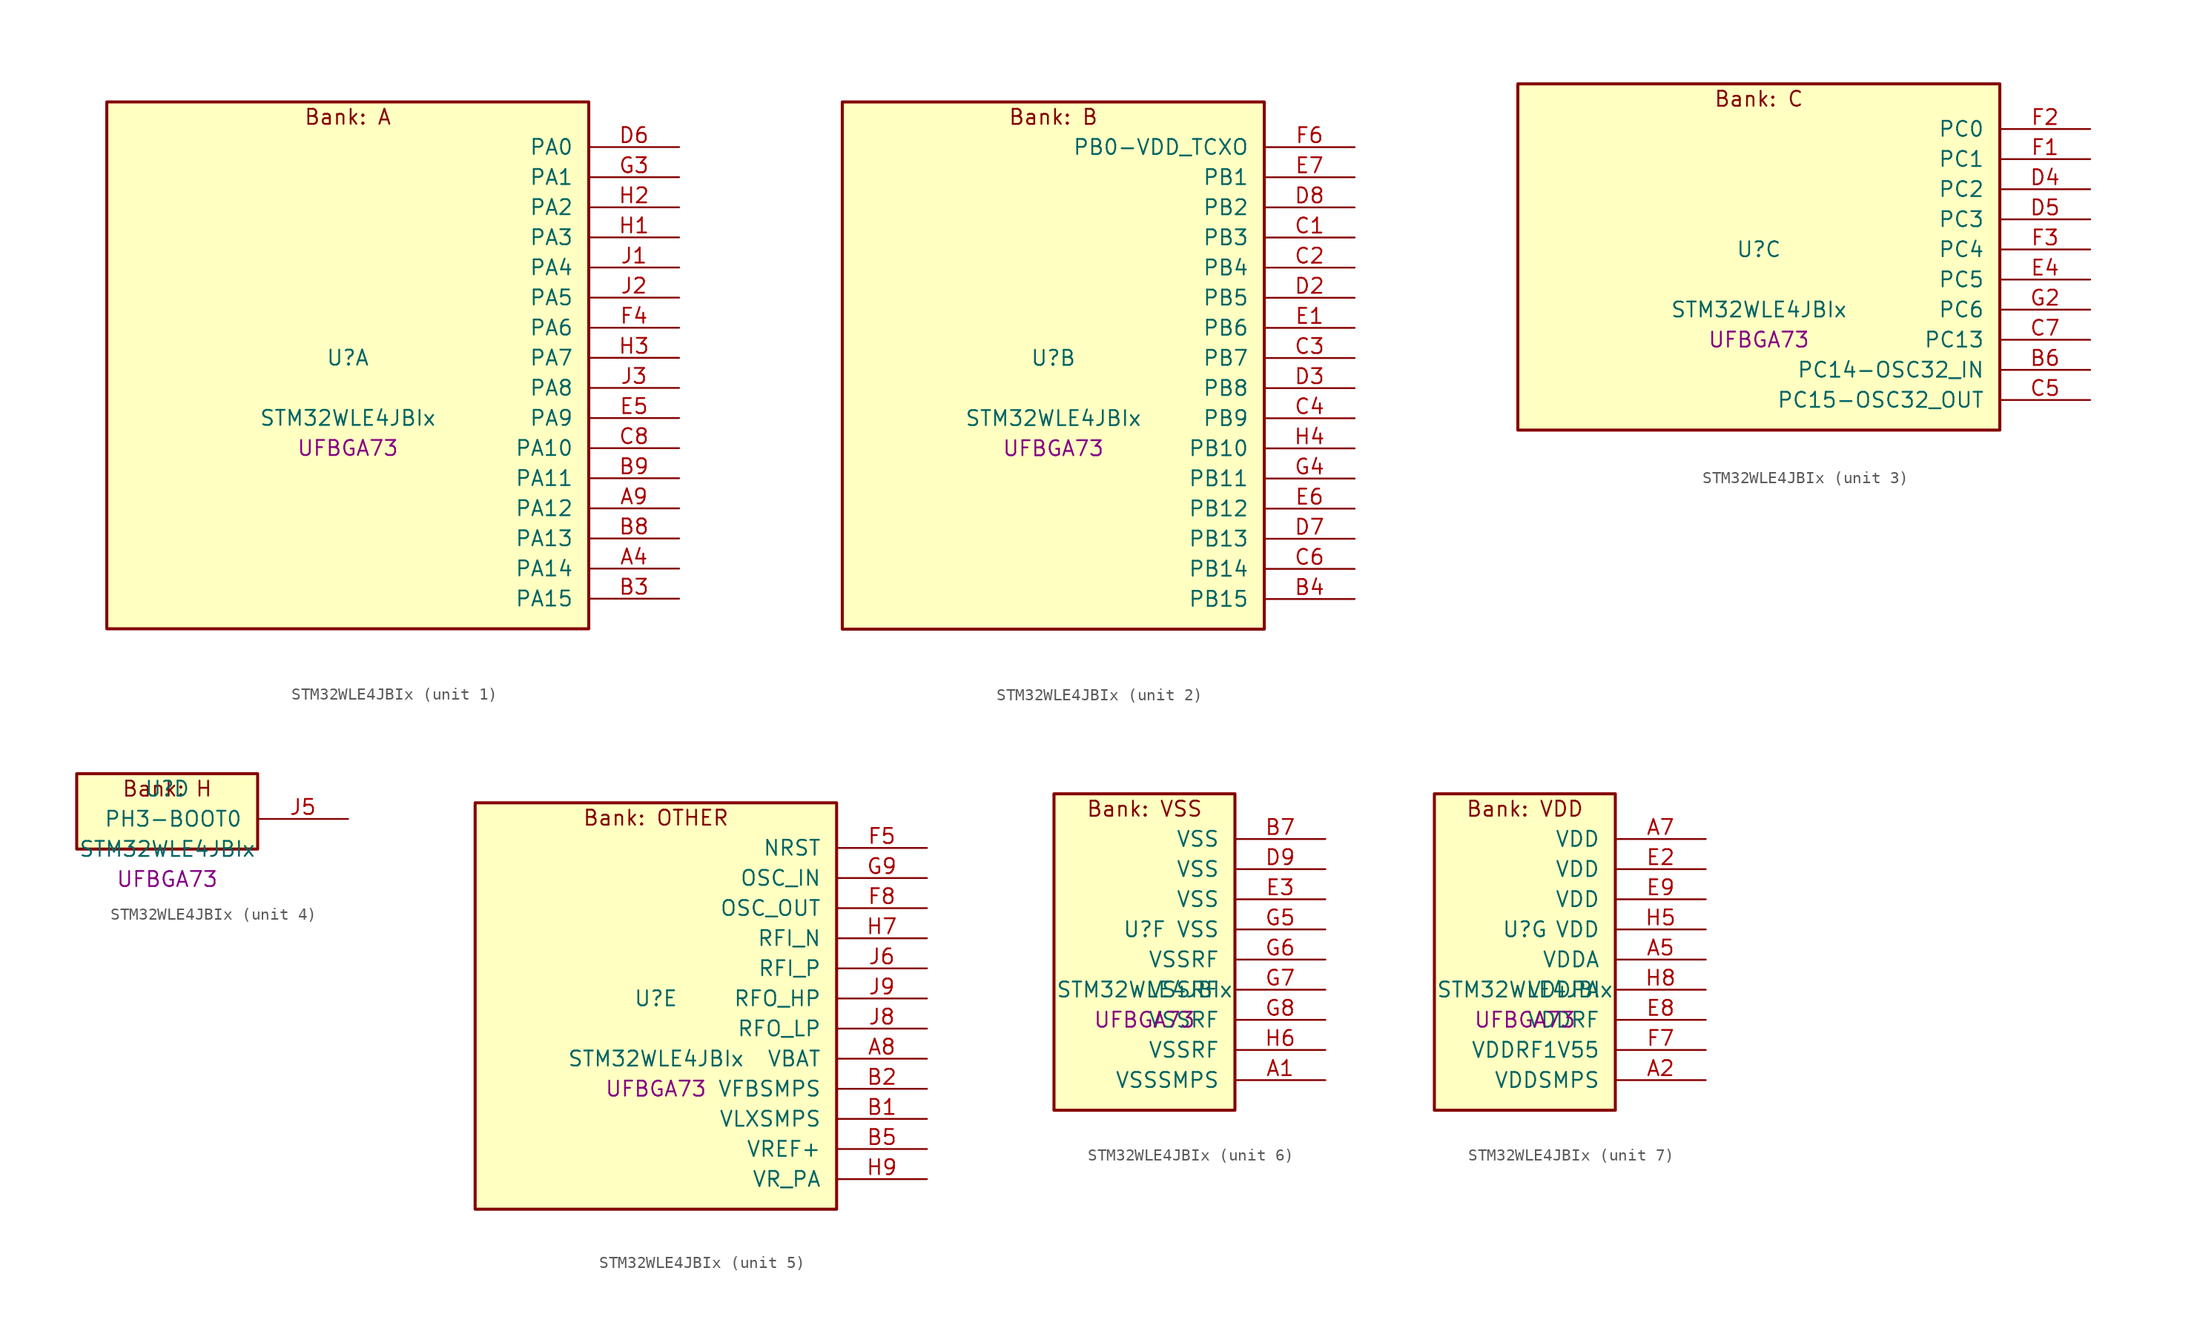
<source format=kicad_sym>
(kicad_symbol_lib
  (version 20241209)
  (generator "stm32_pkl_generator")
  (generator_version "1.0")
  (symbol "STM32WLE4JBIx"
    (pin_names
      (offset 1.27))
    (property "Reference" "U"
      (at 0 2.54 0))
    (property "Value" "STM32WLE4JBIx"
      (at 0 -2.54 0))
    (property "Footprint" "UFBGA73"
      (at 0 -5.08 0))
    (symbol "STM32WLE4JBIx_1_1"
      (rectangle (start -20.32 24.13) (end 20.32 -20.32) (stroke (width 0.254) (type solid)) (fill (type background)))
      (text "Bank: A" (at 0 22.86 0))
      (pin bidirectional line (at 27.94 20.32 180) (length 7.62) (name "PA0") (number "D6") (alternate "PA0/COMP1_OUT" bidirectional line) (alternate "PA0/DEBUG_PWR-REGLP1S" bidirectional line) (alternate "PA0/I2C3_SMBA" bidirectional line) (alternate "PA0/I2S_CKIN" bidirectional line) (alternate "PA0/PWR_WKUP1" bidirectional line) (alternate "PA0/RTC_TAMP_IN2" bidirectional line) (alternate "PA0/TIM2_CH1" bidirectional line) (alternate "PA0/TIM2_ETR" bidirectional line) (alternate "PA0/USART2_CTS" bidirectional line) (alternate "PA0/USART2_NSS" bidirectional line))
      (pin bidirectional line (at 27.94 17.78 180) (length 7.62) (name "PA1") (number "G3") (alternate "PA1/DEBUG_PWR-REGLP2S" bidirectional line) (alternate "PA1/I2C1_SMBA" bidirectional line) (alternate "PA1/LPTIM3_OUT" bidirectional line) (alternate "PA1/LPUART1_RTS" bidirectional line) (alternate "PA1/SPI1_SCK" bidirectional line) (alternate "PA1/TIM2_CH2" bidirectional line) (alternate "PA1/USART2_DE" bidirectional line) (alternate "PA1/USART2_RTS" bidirectional line))
      (pin bidirectional line (at 27.94 15.24 180) (length 7.62) (name "PA2") (number "H2") (alternate "PA2/COMP2_OUT" bidirectional line) (alternate "PA2/DEBUG_PWR-LDORDY" bidirectional line) (alternate "PA2/LPUART1_TX" bidirectional line) (alternate "PA2/RCC_LSCO" bidirectional line) (alternate "PA2/TIM2_CH3" bidirectional line) (alternate "PA2/USART2_TX" bidirectional line))
      (pin bidirectional line (at 27.94 12.7 180) (length 7.62) (name "PA3") (number "H1") (alternate "PA3/I2S2_MCK" bidirectional line) (alternate "PA3/LPUART1_RX" bidirectional line) (alternate "PA3/TIM2_CH4" bidirectional line) (alternate "PA3/USART2_RX" bidirectional line))
      (pin bidirectional line (at 27.94 10.16 180) (length 7.62) (name "PA4") (number "J1") (alternate "PA4/DEBUG_SUBGHZSPI-NSSOUT" bidirectional line) (alternate "PA4/LPTIM1_OUT" bidirectional line) (alternate "PA4/LPTIM2_OUT" bidirectional line) (alternate "PA4/RTC_OUT2" bidirectional line) (alternate "PA4/SPI1_NSS" bidirectional line) (alternate "PA4/USART2_CK" bidirectional line))
      (pin bidirectional line (at 27.94 7.62 180) (length 7.62) (name "PA5") (number "J2") (alternate "PA5/DEBUG_SUBGHZSPI-SCKOUT" bidirectional line) (alternate "PA5/LPTIM2_ETR" bidirectional line) (alternate "PA5/SPI1_SCK" bidirectional line) (alternate "PA5/SPI2_MISO" bidirectional line) (alternate "PA5/TIM2_CH1" bidirectional line) (alternate "PA5/TIM2_ETR" bidirectional line))
      (pin bidirectional line (at 27.94 5.08 180) (length 7.62) (name "PA6") (number "F4") (alternate "PA6/DEBUG_SUBGHZSPI-MISOOUT" bidirectional line) (alternate "PA6/I2C2_SMBA" bidirectional line) (alternate "PA6/LPUART1_CTS" bidirectional line) (alternate "PA6/SPI1_MISO" bidirectional line) (alternate "PA6/TIM16_CH1" bidirectional line) (alternate "PA6/TIM1_BKIN" bidirectional line))
      (pin bidirectional line (at 27.94 2.54 180) (length 7.62) (name "PA7") (number "H3") (alternate "PA7/COMP2_OUT" bidirectional line) (alternate "PA7/DEBUG_SUBGHZSPI-MOSIOUT" bidirectional line) (alternate "PA7/I2C3_SCL" bidirectional line) (alternate "PA7/SPI1_MOSI" bidirectional line) (alternate "PA7/TIM17_CH1" bidirectional line) (alternate "PA7/TIM1_CH1N" bidirectional line))
      (pin bidirectional line (at 27.94 0 180) (length 7.62) (name "PA8") (number "J3") (alternate "PA8/I2S2_CK" bidirectional line) (alternate "PA8/LPTIM2_OUT" bidirectional line) (alternate "PA8/RCC_MCO" bidirectional line) (alternate "PA8/SPI2_SCK" bidirectional line) (alternate "PA8/TIM1_CH1" bidirectional line) (alternate "PA8/USART1_CK" bidirectional line))
      (pin bidirectional line (at 27.94 -2.54 180) (length 7.62) (name "PA9") (number "E5") (alternate "PA9/DAC_EXTI9" bidirectional line) (alternate "PA9/I2C1_SCL" bidirectional line) (alternate "PA9/I2S2_CK" bidirectional line) (alternate "PA9/I2S2_WS" bidirectional line) (alternate "PA9/SPI2_NSS" bidirectional line) (alternate "PA9/SPI2_SCK" bidirectional line) (alternate "PA9/TIM1_CH2" bidirectional line) (alternate "PA9/USART1_TX" bidirectional line))
      (pin bidirectional line (at 27.94 -5.08 180) (length 7.62) (name "PA10") (number "C8") (alternate "PA10/ADC_IN6" bidirectional line) (alternate "PA10/COMP1_INM" bidirectional line) (alternate "PA10/COMP2_INM" bidirectional line) (alternate "PA10/DAC_OUT1" bidirectional line) (alternate "PA10/DEBUG_RF-HSE32RDY" bidirectional line) (alternate "PA10/I2C1_SDA" bidirectional line) (alternate "PA10/I2S2_SD" bidirectional line) (alternate "PA10/RTC_REFIN" bidirectional line) (alternate "PA10/SPI2_MOSI" bidirectional line) (alternate "PA10/TIM17_BKIN" bidirectional line) (alternate "PA10/TIM1_CH3" bidirectional line) (alternate "PA10/USART1_RX" bidirectional line))
      (pin bidirectional line (at 27.94 -7.62 180) (length 7.62) (name "PA11") (number "B9") (alternate "PA11/ADC_EXTI11" bidirectional line) (alternate "PA11/ADC_IN7" bidirectional line) (alternate "PA11/COMP1_INM" bidirectional line) (alternate "PA11/COMP2_INM" bidirectional line) (alternate "PA11/DEBUG_RF-NRESET" bidirectional line) (alternate "PA11/I2C2_SDA" bidirectional line) (alternate "PA11/LPTIM3_ETR" bidirectional line) (alternate "PA11/SPI1_MISO" bidirectional line) (alternate "PA11/TIM1_BKIN2" bidirectional line) (alternate "PA11/TIM1_CH4" bidirectional line) (alternate "PA11/USART1_CTS" bidirectional line) (alternate "PA11/USART1_NSS" bidirectional line))
      (pin bidirectional line (at 27.94 -10.16 180) (length 7.62) (name "PA12") (number "A9") (alternate "PA12/ADC_IN8" bidirectional line) (alternate "PA12/DEBUG_RF-BUSY" bidirectional line) (alternate "PA12/I2C2_SCL" bidirectional line) (alternate "PA12/LPTIM3_IN1" bidirectional line) (alternate "PA12/SPI1_MOSI" bidirectional line) (alternate "PA12/TIM1_ETR" bidirectional line) (alternate "PA12/USART1_DE" bidirectional line) (alternate "PA12/USART1_RTS" bidirectional line))
      (pin bidirectional line (at 27.94 -12.7 180) (length 7.62) (name "PA13") (number "B8") (alternate "PA13/ADC_IN9" bidirectional line) (alternate "PA13/DEBUG_JTMS-SWDIO" bidirectional line) (alternate "PA13/I2C2_SMBA" bidirectional line) (alternate "PA13/IR_OUT" bidirectional line))
      (pin bidirectional line (at 27.94 -15.24 180) (length 7.62) (name "PA14") (number "A4") (alternate "PA14/ADC_IN10" bidirectional line) (alternate "PA14/DEBUG_JTCK-SWCLK" bidirectional line) (alternate "PA14/I2C1_SMBA" bidirectional line) (alternate "PA14/LPTIM1_OUT" bidirectional line))
      (pin bidirectional line (at 27.94 -17.78 180) (length 7.62) (name "PA15") (number "B3") (alternate "PA15/ADC_IN11" bidirectional line) (alternate "PA15/COMP1_INM" bidirectional line) (alternate "PA15/COMP2_INP" bidirectional line) (alternate "PA15/DEBUG_JTDI" bidirectional line) (alternate "PA15/I2C2_SDA" bidirectional line) (alternate "PA15/SPI1_NSS" bidirectional line) (alternate "PA15/TIM2_CH1" bidirectional line) (alternate "PA15/TIM2_ETR" bidirectional line)))
    (symbol "STM32WLE4JBIx_2_1"
      (rectangle (start -17.78 24.13) (end 17.78 -20.32) (stroke (width 0.254) (type solid)) (fill (type background)))
      (text "Bank: B" (at 0 22.86 0))
      (pin bidirectional line (at 25.4 20.32 180) (length 7.62) (name "PB0-VDD_TCXO") (number "F6") (alternate "PB0-VDD_TCXO/COMP1_OUT" bidirectional line) (alternate "PB0-VDD_TCXO/VDDTCXO" bidirectional line))
      (pin bidirectional line (at 25.4 17.78 180) (length 7.62) (name "PB1") (number "E7") (alternate "PB1/ADC_IN5" bidirectional line) (alternate "PB1/COMP2_INP" bidirectional line) (alternate "PB1/LPTIM2_IN1" bidirectional line) (alternate "PB1/LPUART1_DE" bidirectional line) (alternate "PB1/LPUART1_RTS" bidirectional line))
      (pin bidirectional line (at 25.4 15.24 180) (length 7.62) (name "PB2") (number "D8") (alternate "PB2/ADC_IN4" bidirectional line) (alternate "PB2/COMP1_INP" bidirectional line) (alternate "PB2/COMP2_INM" bidirectional line) (alternate "PB2/DEBUG_RF-SMPSRDY" bidirectional line) (alternate "PB2/I2C3_SMBA" bidirectional line) (alternate "PB2/LPTIM1_OUT" bidirectional line) (alternate "PB2/SPI1_NSS" bidirectional line))
      (pin bidirectional line (at 25.4 12.7 180) (length 7.62) (name "PB3") (number "C1") (alternate "PB3/ADC_IN2" bidirectional line) (alternate "PB3/COMP1_INM" bidirectional line) (alternate "PB3/COMP2_INM" bidirectional line) (alternate "PB3/DEBUG_JTDO-SWO" bidirectional line) (alternate "PB3/DEBUG_RF-DTB1" bidirectional line) (alternate "PB3/PWR_WKUP3" bidirectional line) (alternate "PB3/RTC_TAMP_IN3" bidirectional line) (alternate "PB3/SPI1_SCK" bidirectional line) (alternate "PB3/TIM2_CH2" bidirectional line) (alternate "PB3/USART1_DE" bidirectional line) (alternate "PB3/USART1_RTS" bidirectional line))
      (pin bidirectional line (at 25.4 10.16 180) (length 7.62) (name "PB4") (number "C2") (alternate "PB4/ADC_IN3" bidirectional line) (alternate "PB4/COMP1_INP" bidirectional line) (alternate "PB4/COMP2_INP" bidirectional line) (alternate "PB4/DEBUG_JTRST" bidirectional line) (alternate "PB4/DEBUG_RF-LDORDY" bidirectional line) (alternate "PB4/I2C3_SDA" bidirectional line) (alternate "PB4/SPI1_MISO" bidirectional line) (alternate "PB4/TIM17_BKIN" bidirectional line) (alternate "PB4/USART1_CTS" bidirectional line) (alternate "PB4/USART1_NSS" bidirectional line))
      (pin bidirectional line (at 25.4 7.62 180) (length 7.62) (name "PB5") (number "D2") (alternate "PB5/COMP2_OUT" bidirectional line) (alternate "PB5/I2C1_SMBA" bidirectional line) (alternate "PB5/LPTIM1_IN1" bidirectional line) (alternate "PB5/SPI1_MOSI" bidirectional line) (alternate "PB5/TIM16_BKIN" bidirectional line) (alternate "PB5/USART1_CK" bidirectional line))
      (pin bidirectional line (at 25.4 5.08 180) (length 7.62) (name "PB6") (number "E1") (alternate "PB6/I2C1_SCL" bidirectional line) (alternate "PB6/LPTIM1_ETR" bidirectional line) (alternate "PB6/TIM16_CH1N" bidirectional line) (alternate "PB6/USART1_TX" bidirectional line))
      (pin bidirectional line (at 25.4 2.54 180) (length 7.62) (name "PB7") (number "C3") (alternate "PB7/I2C1_SDA" bidirectional line) (alternate "PB7/LPTIM1_IN2" bidirectional line) (alternate "PB7/PWR_PVD_IN" bidirectional line) (alternate "PB7/TIM17_CH1N" bidirectional line) (alternate "PB7/TIM1_BKIN" bidirectional line) (alternate "PB7/USART1_RX" bidirectional line))
      (pin bidirectional line (at 25.4 0 180) (length 7.62) (name "PB8") (number "D3") (alternate "PB8/I2C1_SCL" bidirectional line) (alternate "PB8/TIM16_CH1" bidirectional line) (alternate "PB8/TIM1_CH2N" bidirectional line))
      (pin bidirectional line (at 25.4 -2.54 180) (length 7.62) (name "PB9") (number "C4") (alternate "PB9/DAC_EXTI9" bidirectional line) (alternate "PB9/I2C1_SDA" bidirectional line) (alternate "PB9/I2S2_WS" bidirectional line) (alternate "PB9/IR_OUT" bidirectional line) (alternate "PB9/SPI2_NSS" bidirectional line) (alternate "PB9/TIM17_CH1" bidirectional line) (alternate "PB9/TIM1_CH3N" bidirectional line))
      (pin bidirectional line (at 25.4 -5.08 180) (length 7.62) (name "PB10") (number "H4") (alternate "PB10/COMP1_OUT" bidirectional line) (alternate "PB10/I2C3_SCL" bidirectional line) (alternate "PB10/I2S2_CK" bidirectional line) (alternate "PB10/LPUART1_RX" bidirectional line) (alternate "PB10/SPI2_SCK" bidirectional line) (alternate "PB10/TIM2_CH3" bidirectional line))
      (pin bidirectional line (at 25.4 -7.62 180) (length 7.62) (name "PB11") (number "G4") (alternate "PB11/ADC_EXTI11" bidirectional line) (alternate "PB11/COMP2_OUT" bidirectional line) (alternate "PB11/I2C3_SDA" bidirectional line) (alternate "PB11/LPUART1_TX" bidirectional line) (alternate "PB11/TIM2_CH4" bidirectional line))
      (pin bidirectional line (at 25.4 -10.16 180) (length 7.62) (name "PB12") (number "E6") (alternate "PB12/I2C3_SMBA" bidirectional line) (alternate "PB12/I2S2_WS" bidirectional line) (alternate "PB12/LPUART1_RTS" bidirectional line) (alternate "PB12/SPI2_NSS" bidirectional line) (alternate "PB12/TIM1_BKIN" bidirectional line))
      (pin bidirectional line (at 25.4 -12.7 180) (length 7.62) (name "PB13") (number "D7") (alternate "PB13/ADC_IN0" bidirectional line) (alternate "PB13/I2C3_SCL" bidirectional line) (alternate "PB13/I2S2_CK" bidirectional line) (alternate "PB13/LPUART1_CTS" bidirectional line) (alternate "PB13/SPI2_SCK" bidirectional line) (alternate "PB13/TIM1_CH1N" bidirectional line))
      (pin bidirectional line (at 25.4 -15.24 180) (length 7.62) (name "PB14") (number "C6") (alternate "PB14/ADC_IN1" bidirectional line) (alternate "PB14/I2C3_SDA" bidirectional line) (alternate "PB14/I2S2_MCK" bidirectional line) (alternate "PB14/SPI2_MISO" bidirectional line) (alternate "PB14/TIM1_CH2N" bidirectional line))
      (pin bidirectional line (at 25.4 -17.78 180) (length 7.62) (name "PB15") (number "B4") (alternate "PB15/I2C2_SCL" bidirectional line) (alternate "PB15/I2S2_SD" bidirectional line) (alternate "PB15/SPI2_MOSI" bidirectional line) (alternate "PB15/TIM1_CH3N" bidirectional line)))
    (symbol "STM32WLE4JBIx_3_1"
      (rectangle (start -20.32 16.51) (end 20.32 -12.7) (stroke (width 0.254) (type solid)) (fill (type background)))
      (text "Bank: C" (at 0 15.24 0))
      (pin bidirectional line (at 27.94 12.7 180) (length 7.62) (name "PC0") (number "F2") (alternate "PC0/I2C3_SCL" bidirectional line) (alternate "PC0/LPTIM1_IN1" bidirectional line) (alternate "PC0/LPTIM2_IN1" bidirectional line) (alternate "PC0/LPUART1_RX" bidirectional line))
      (pin bidirectional line (at 27.94 10.16 180) (length 7.62) (name "PC1") (number "F1") (alternate "PC1/I2C3_SDA" bidirectional line) (alternate "PC1/I2S2_SD" bidirectional line) (alternate "PC1/LPTIM1_OUT" bidirectional line) (alternate "PC1/LPUART1_TX" bidirectional line) (alternate "PC1/SPI2_MOSI" bidirectional line))
      (pin bidirectional line (at 27.94 7.62 180) (length 7.62) (name "PC2") (number "D4") (alternate "PC2/LPTIM1_IN2" bidirectional line) (alternate "PC2/SPI2_MISO" bidirectional line))
      (pin bidirectional line (at 27.94 5.08 180) (length 7.62) (name "PC3") (number "D5") (alternate "PC3/I2S2_SD" bidirectional line) (alternate "PC3/LPTIM1_ETR" bidirectional line) (alternate "PC3/LPTIM2_ETR" bidirectional line) (alternate "PC3/SPI2_MOSI" bidirectional line))
      (pin bidirectional line (at 27.94 2.54 180) (length 7.62) (name "PC4") (number "F3"))
      (pin bidirectional line (at 27.94 0 180) (length 7.62) (name "PC5") (number "E4"))
      (pin bidirectional line (at 27.94 -2.54 180) (length 7.62) (name "PC6") (number "G2") (alternate "PC6/I2S2_MCK" bidirectional line))
      (pin bidirectional line (at 27.94 -5.08 180) (length 7.62) (name "PC13") (number "C7") (alternate "PC13/PWR_WKUP2" bidirectional line) (alternate "PC13/RTC_OUT1" bidirectional line) (alternate "PC13/RTC_TAMP_IN1" bidirectional line) (alternate "PC13/RTC_TS" bidirectional line))
      (pin bidirectional line (at 27.94 -7.62 180) (length 7.62) (name "PC14-OSC32_IN") (number "B6") (alternate "PC14-OSC32_IN/RCC_OSC32_IN" bidirectional line))
      (pin bidirectional line (at 27.94 -10.16 180) (length 7.62) (name "PC15-OSC32_OUT") (number "C5") (alternate "PC15-OSC32_OUT/RCC_OSC32_OUT" bidirectional line)))
    (symbol "STM32WLE4JBIx_4_1"
      (rectangle (start -7.62 3.81) (end 7.62 -2.54) (stroke (width 0.254) (type solid)) (fill (type background)))
      (text "Bank: H" (at 0 2.54 0))
      (pin bidirectional line (at 15.24 0 180) (length 7.62) (name "PH3-BOOT0") (number "J5")))
    (symbol "STM32WLE4JBIx_5_1"
      (rectangle (start -15.24 19.05) (end 15.24 -15.24) (stroke (width 0.254) (type solid)) (fill (type background)))
      (text "Bank: OTHER" (at 0 17.78 0))
      (pin input line (at 22.86 15.24 180) (length 7.62) (name "NRST") (number "F5"))
      (pin bidirectional line (at 22.86 12.7 180) (length 7.62) (name "OSC_IN") (number "G9") (alternate "OSC_IN/RCC_OSC_IN" bidirectional line))
      (pin bidirectional line (at 22.86 10.16 180) (length 7.62) (name "OSC_OUT") (number "F8") (alternate "OSC_OUT/RCC_OSC_OUT" bidirectional line))
      (pin bidirectional line (at 22.86 7.62 180) (length 7.62) (name "RFI_N") (number "H7"))
      (pin bidirectional line (at 22.86 5.08 180) (length 7.62) (name "RFI_P") (number "J6"))
      (pin bidirectional line (at 22.86 2.54 180) (length 7.62) (name "RFO_HP") (number "J9"))
      (pin bidirectional line (at 22.86 0 180) (length 7.62) (name "RFO_LP") (number "J8"))
      (pin power_in line (at 22.86 -2.54 180) (length 7.62) (name "VBAT") (number "A8"))
      (pin power_in line (at 22.86 -5.08 180) (length 7.62) (name "VFBSMPS") (number "B2"))
      (pin power_in line (at 22.86 -7.62 180) (length 7.62) (name "VLXSMPS") (number "B1"))
      (pin bidirectional line (at 22.86 -10.16 180) (length 7.62) (name "VREF+") (number "B5") (alternate "VREF+/VREFBUF_OUT" bidirectional line))
      (pin power_in line (at 22.86 -12.7 180) (length 7.62) (name "VR_PA") (number "H9")))
    (symbol "STM32WLE4JBIx_6_1"
      (rectangle (start -7.62 13.97) (end 7.62 -12.7) (stroke (width 0.254) (type solid)) (fill (type background)))
      (text "Bank: VSS" (at 0 12.7 0))
      (pin power_in line (at 15.24 10.16 180) (length 7.62) (name "VSS") (number "B7"))
      (pin power_in line (at 15.24 7.62 180) (length 7.62) (name "VSS") (number "D9"))
      (pin power_in line (at 15.24 5.08 180) (length 7.62) (name "VSS") (number "E3"))
      (pin power_in line (at 15.24 2.54 180) (length 7.62) (name "VSS") (number "G5"))
      (pin power_in line (at 15.24 0 180) (length 7.62) (name "VSSRF") (number "G6"))
      (pin power_in line (at 15.24 -2.54 180) (length 7.62) (name "VSSRF") (number "G7"))
      (pin power_in line (at 15.24 -5.08 180) (length 7.62) (name "VSSRF") (number "G8"))
      (pin power_in line (at 15.24 -7.62 180) (length 7.62) (name "VSSRF") (number "H6"))
      (pin power_in line (at 15.24 -10.16 180) (length 7.62) (name "VSSSMPS") (number "A1")))
    (symbol "STM32WLE4JBIx_7_1"
      (rectangle (start -7.62 13.97) (end 7.62 -12.7) (stroke (width 0.254) (type solid)) (fill (type background)))
      (text "Bank: VDD" (at 0 12.7 0))
      (pin power_in line (at 15.24 10.16 180) (length 7.62) (name "VDD") (number "A7"))
      (pin power_in line (at 15.24 7.62 180) (length 7.62) (name "VDD") (number "E2"))
      (pin power_in line (at 15.24 5.08 180) (length 7.62) (name "VDD") (number "E9"))
      (pin power_in line (at 15.24 2.54 180) (length 7.62) (name "VDD") (number "H5"))
      (pin power_in line (at 15.24 0 180) (length 7.62) (name "VDDA") (number "A5"))
      (pin power_in line (at 15.24 -2.54 180) (length 7.62) (name "VDDPA") (number "H8"))
      (pin power_in line (at 15.24 -5.08 180) (length 7.62) (name "VDDRF") (number "E8"))
      (pin power_in line (at 15.24 -7.62 180) (length 7.62) (name "VDDRF1V55") (number "F7"))
      (pin power_in line (at 15.24 -10.16 180) (length 7.62) (name "VDDSMPS") (number "A2")))))
</source>
